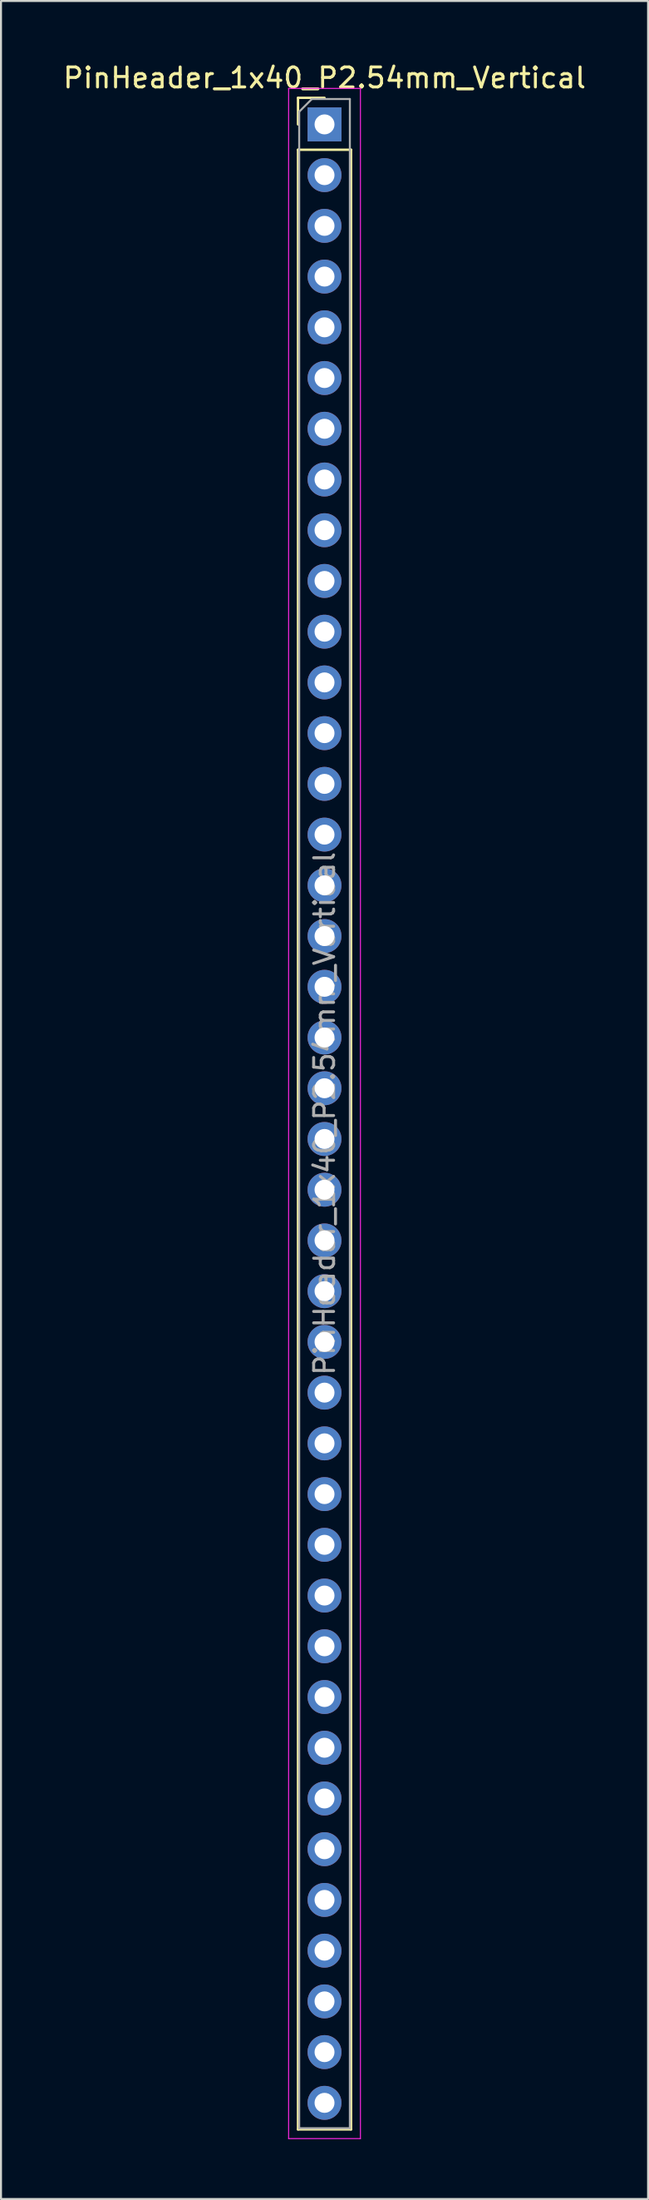
<source format=kicad_pcb>
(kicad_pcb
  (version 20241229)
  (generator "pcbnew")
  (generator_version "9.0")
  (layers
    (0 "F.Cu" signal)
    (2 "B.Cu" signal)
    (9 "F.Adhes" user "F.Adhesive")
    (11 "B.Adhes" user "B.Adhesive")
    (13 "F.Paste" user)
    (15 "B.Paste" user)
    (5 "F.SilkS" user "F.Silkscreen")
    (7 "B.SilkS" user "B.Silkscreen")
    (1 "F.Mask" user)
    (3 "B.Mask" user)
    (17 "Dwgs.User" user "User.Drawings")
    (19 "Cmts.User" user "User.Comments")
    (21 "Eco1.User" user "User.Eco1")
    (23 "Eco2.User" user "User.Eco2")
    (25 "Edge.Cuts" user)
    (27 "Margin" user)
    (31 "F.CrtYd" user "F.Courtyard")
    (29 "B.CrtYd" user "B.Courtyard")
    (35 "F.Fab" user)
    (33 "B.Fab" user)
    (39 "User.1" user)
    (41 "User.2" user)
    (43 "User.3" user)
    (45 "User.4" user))
  (footprint "PinHeader_1x40_P2.54mm_Vertical"
    (layer "F.Cu")
    (at 13.22 3.178)
    (property "Reference" "PinHeader_1x40_P2.54mm_Vertical" (at 0 -2.33 0) (layer "F.SilkS") (effects (font (size 1 1) (thickness 0.15))))
    (attr through_hole)
    (fp_line (start -1.33 -1.33) (end 0 -1.33) (stroke (width 0.12) (type solid)) (layer "F.SilkS"))
    (fp_line (start -1.33 0) (end -1.33 -1.33) (stroke (width 0.12) (type solid)) (layer "F.SilkS"))
    (fp_line (start -1.33 1.27) (end -1.33 100.39) (stroke (width 0.12) (type solid)) (layer "F.SilkS"))
    (fp_line (start -1.33 1.27) (end 1.33 1.27) (stroke (width 0.12) (type solid)) (layer "F.SilkS"))
    (fp_line (start -1.33 100.39) (end 1.33 100.39) (stroke (width 0.12) (type solid)) (layer "F.SilkS"))
    (fp_line (start 1.33 1.27) (end 1.33 100.39) (stroke (width 0.12) (type solid)) (layer "F.SilkS"))
    (fp_line (start -1.8 -1.8) (end -1.8 100.85) (stroke (width 0.05) (type solid)) (layer "F.CrtYd"))
    (fp_line (start -1.8 100.85) (end 1.8 100.85) (stroke (width 0.05) (type solid)) (layer "F.CrtYd"))
    (fp_line (start 1.8 -1.8) (end -1.8 -1.8) (stroke (width 0.05) (type solid)) (layer "F.CrtYd"))
    (fp_line (start 1.8 100.85) (end 1.8 -1.8) (stroke (width 0.05) (type solid)) (layer "F.CrtYd"))
    (fp_line (start -1.27 -0.635) (end -0.635 -1.27) (stroke (width 0.1) (type solid)) (layer "F.Fab"))
    (fp_line (start -1.27 100.33) (end -1.27 -0.635) (stroke (width 0.1) (type solid)) (layer "F.Fab"))
    (fp_line (start -0.635 -1.27) (end 1.27 -1.27) (stroke (width 0.1) (type solid)) (layer "F.Fab"))
    (fp_line (start 1.27 -1.27) (end 1.27 100.33) (stroke (width 0.1) (type solid)) (layer "F.Fab"))
    (fp_line (start 1.27 100.33) (end -1.27 100.33) (stroke (width 0.1) (type solid)) (layer "F.Fab"))
    (fp_text user "${REFERENCE}" (at 0 49.53 90) (layer "F.Fab") (effects (font (size 1 1) (thickness 0.15))))
    (pad "1" thru_hole rect (at 0 0) (size 1.7 1.7) (drill 1) (layers "*.Cu" "*.Mask"))
    (pad "2" thru_hole oval (at 0 2.54) (size 1.7 1.7) (drill 1) (layers "*.Cu" "*.Mask"))
    (pad "3" thru_hole oval (at 0 5.08) (size 1.7 1.7) (drill 1) (layers "*.Cu" "*.Mask"))
    (pad "4" thru_hole oval (at 0 7.62) (size 1.7 1.7) (drill 1) (layers "*.Cu" "*.Mask"))
    (pad "5" thru_hole oval (at 0 10.16) (size 1.7 1.7) (drill 1) (layers "*.Cu" "*.Mask"))
    (pad "6" thru_hole oval (at 0 12.7) (size 1.7 1.7) (drill 1) (layers "*.Cu" "*.Mask"))
    (pad "7" thru_hole oval (at 0 15.24) (size 1.7 1.7) (drill 1) (layers "*.Cu" "*.Mask"))
    (pad "8" thru_hole oval (at 0 17.78) (size 1.7 1.7) (drill 1) (layers "*.Cu" "*.Mask"))
    (pad "9" thru_hole oval (at 0 20.32) (size 1.7 1.7) (drill 1) (layers "*.Cu" "*.Mask"))
    (pad "10" thru_hole oval (at 0 22.86) (size 1.7 1.7) (drill 1) (layers "*.Cu" "*.Mask"))
    (pad "11" thru_hole oval (at 0 25.4) (size 1.7 1.7) (drill 1) (layers "*.Cu" "*.Mask"))
    (pad "12" thru_hole oval (at 0 27.94) (size 1.7 1.7) (drill 1) (layers "*.Cu" "*.Mask"))
    (pad "13" thru_hole oval (at 0 30.48) (size 1.7 1.7) (drill 1) (layers "*.Cu" "*.Mask"))
    (pad "14" thru_hole oval (at 0 33.02) (size 1.7 1.7) (drill 1) (layers "*.Cu" "*.Mask"))
    (pad "15" thru_hole oval (at 0 35.56) (size 1.7 1.7) (drill 1) (layers "*.Cu" "*.Mask"))
    (pad "16" thru_hole oval (at 0 38.1) (size 1.7 1.7) (drill 1) (layers "*.Cu" "*.Mask"))
    (pad "17" thru_hole oval (at 0 40.64) (size 1.7 1.7) (drill 1) (layers "*.Cu" "*.Mask"))
    (pad "18" thru_hole oval (at 0 43.18) (size 1.7 1.7) (drill 1) (layers "*.Cu" "*.Mask"))
    (pad "19" thru_hole oval (at 0 45.72) (size 1.7 1.7) (drill 1) (layers "*.Cu" "*.Mask"))
    (pad "20" thru_hole oval (at 0 48.26) (size 1.7 1.7) (drill 1) (layers "*.Cu" "*.Mask"))
    (pad "21" thru_hole oval (at 0 50.8) (size 1.7 1.7) (drill 1) (layers "*.Cu" "*.Mask"))
    (pad "22" thru_hole oval (at 0 53.34) (size 1.7 1.7) (drill 1) (layers "*.Cu" "*.Mask"))
    (pad "23" thru_hole oval (at 0 55.88) (size 1.7 1.7) (drill 1) (layers "*.Cu" "*.Mask"))
    (pad "24" thru_hole oval (at 0 58.42) (size 1.7 1.7) (drill 1) (layers "*.Cu" "*.Mask"))
    (pad "25" thru_hole oval (at 0 60.96) (size 1.7 1.7) (drill 1) (layers "*.Cu" "*.Mask"))
    (pad "26" thru_hole oval (at 0 63.5) (size 1.7 1.7) (drill 1) (layers "*.Cu" "*.Mask"))
    (pad "27" thru_hole oval (at 0 66.04) (size 1.7 1.7) (drill 1) (layers "*.Cu" "*.Mask"))
    (pad "28" thru_hole oval (at 0 68.58) (size 1.7 1.7) (drill 1) (layers "*.Cu" "*.Mask"))
    (pad "29" thru_hole oval (at 0 71.12) (size 1.7 1.7) (drill 1) (layers "*.Cu" "*.Mask"))
    (pad "30" thru_hole oval (at 0 73.66) (size 1.7 1.7) (drill 1) (layers "*.Cu" "*.Mask"))
    (pad "31" thru_hole oval (at 0 76.2) (size 1.7 1.7) (drill 1) (layers "*.Cu" "*.Mask"))
    (pad "32" thru_hole oval (at 0 78.74) (size 1.7 1.7) (drill 1) (layers "*.Cu" "*.Mask"))
    (pad "33" thru_hole oval (at 0 81.28) (size 1.7 1.7) (drill 1) (layers "*.Cu" "*.Mask"))
    (pad "34" thru_hole oval (at 0 83.82) (size 1.7 1.7) (drill 1) (layers "*.Cu" "*.Mask"))
    (pad "35" thru_hole oval (at 0 86.36) (size 1.7 1.7) (drill 1) (layers "*.Cu" "*.Mask"))
    (pad "36" thru_hole oval (at 0 88.9) (size 1.7 1.7) (drill 1) (layers "*.Cu" "*.Mask"))
    (pad "37" thru_hole oval (at 0 91.44) (size 1.7 1.7) (drill 1) (layers "*.Cu" "*.Mask"))
    (pad "38" thru_hole oval (at 0 93.98) (size 1.7 1.7) (drill 1) (layers "*.Cu" "*.Mask"))
    (pad "39" thru_hole oval (at 0 96.52) (size 1.7 1.7) (drill 1) (layers "*.Cu" "*.Mask"))
    (pad "40" thru_hole oval (at 0 99.06) (size 1.7 1.7) (drill 1) (layers "*.Cu" "*.Mask")))
  (gr_rect
    (start -3 -3)
    (end 29.44 107.053)
    (stroke (width 0.1) (type default))
    (fill no)
    (layer "Edge.Cuts")))
</source>
